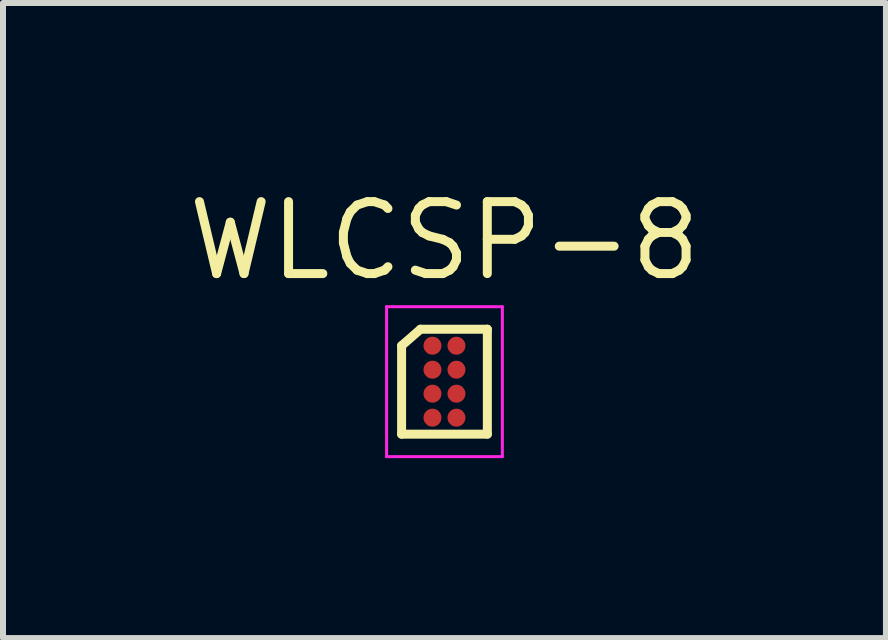
<source format=kicad_pcb>
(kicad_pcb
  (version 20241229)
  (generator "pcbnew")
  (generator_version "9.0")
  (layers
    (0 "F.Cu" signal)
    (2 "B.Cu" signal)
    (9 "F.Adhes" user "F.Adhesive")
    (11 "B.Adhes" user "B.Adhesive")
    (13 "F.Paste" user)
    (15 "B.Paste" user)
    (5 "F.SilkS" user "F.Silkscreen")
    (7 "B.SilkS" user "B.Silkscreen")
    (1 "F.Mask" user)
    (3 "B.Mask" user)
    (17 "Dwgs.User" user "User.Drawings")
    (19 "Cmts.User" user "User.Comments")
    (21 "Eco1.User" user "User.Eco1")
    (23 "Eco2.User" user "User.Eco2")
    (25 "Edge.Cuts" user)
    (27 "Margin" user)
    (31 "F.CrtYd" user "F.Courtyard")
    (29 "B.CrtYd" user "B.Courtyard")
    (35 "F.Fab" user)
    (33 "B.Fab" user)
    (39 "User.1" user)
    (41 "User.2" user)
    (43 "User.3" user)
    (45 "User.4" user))
  (footprint "WLCSP-8"
    (layer "F.Cu")
    (at 4.362 3.315)
    (property "Reference" "WLCSP-8" (at 0 -2.35 0) (layer "F.SilkS") (effects (font (size 1.2 1.2) (thickness 0.15))))
    (attr through_hole)
    (fp_line (start -0.715 -0.6) (end -0.715 0.875) (stroke (width 0.15) (type solid)) (layer "F.SilkS"))
    (fp_line (start -0.715 0.875) (end 0.715 0.875) (stroke (width 0.15) (type solid)) (layer "F.SilkS"))
    (fp_line (start -0.4 -0.875) (end -0.715 -0.6) (stroke (width 0.15) (type solid)) (layer "F.SilkS"))
    (fp_line (start 0.715 -0.875) (end -0.4 -0.875) (stroke (width 0.15) (type solid)) (layer "F.SilkS"))
    (fp_line (start 0.715 0.875) (end 0.715 -0.875) (stroke (width 0.15) (type solid)) (layer "F.SilkS"))
    (fp_line (start -0.965 -1.25) (end 0.965 -1.25) (stroke (width 0.05) (type solid)) (layer "F.CrtYd"))
    (fp_line (start -0.965 1.25) (end -0.965 -1.25) (stroke (width 0.05) (type solid)) (layer "F.CrtYd"))
    (fp_line (start 0.965 -1.25) (end 0.965 1.25) (stroke (width 0.05) (type solid)) (layer "F.CrtYd"))
    (fp_line (start 0.965 1.25) (end -0.965 1.25) (stroke (width 0.05) (type solid)) (layer "F.CrtYd"))
    (pad "A1" smd circle (at -0.2 -0.6) (size 0.3 0.3) (layers "F.Cu" "F.Mask" "F.Paste"))
    (pad "A2" smd circle (at 0.2 -0.6) (size 0.3 0.3) (layers "F.Cu" "F.Mask" "F.Paste"))
    (pad "B1" smd circle (at -0.2 -0.2) (size 0.3 0.3) (layers "F.Cu" "F.Mask" "F.Paste"))
    (pad "B2" smd circle (at 0.2 -0.2) (size 0.3 0.3) (layers "F.Cu" "F.Mask" "F.Paste"))
    (pad "C1" smd circle (at -0.2 0.2) (size 0.3 0.3) (layers "F.Cu" "F.Mask" "F.Paste"))
    (pad "C2" smd circle (at 0.2 0.2) (size 0.3 0.3) (layers "F.Cu" "F.Mask" "F.Paste"))
    (pad "D1" smd circle (at -0.2 0.6) (size 0.3 0.3) (layers "F.Cu" "F.Mask" "F.Paste"))
    (pad "D2" smd circle (at 0.2 0.6) (size 0.3 0.3) (layers "F.Cu" "F.Mask" "F.Paste")))
  (gr_rect
    (start -3 -3)
    (end 11.724 7.59)
    (stroke (width 0.1) (type default))
    (fill no)
    (layer "Edge.Cuts")))
</source>
